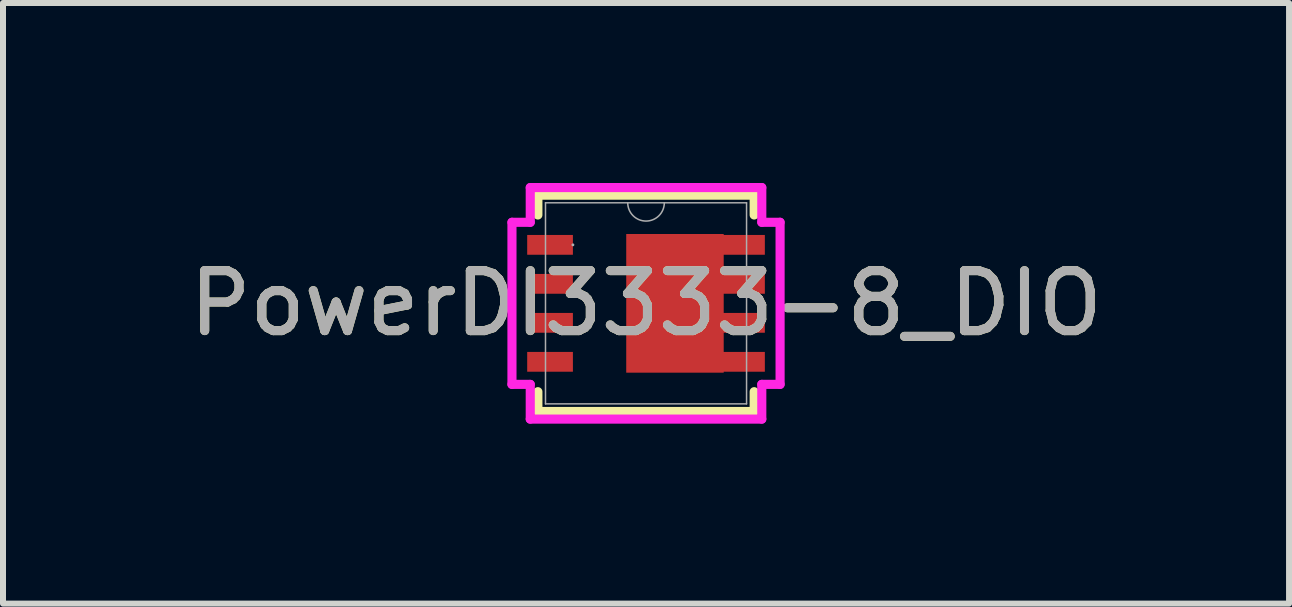
<source format=kicad_pcb>
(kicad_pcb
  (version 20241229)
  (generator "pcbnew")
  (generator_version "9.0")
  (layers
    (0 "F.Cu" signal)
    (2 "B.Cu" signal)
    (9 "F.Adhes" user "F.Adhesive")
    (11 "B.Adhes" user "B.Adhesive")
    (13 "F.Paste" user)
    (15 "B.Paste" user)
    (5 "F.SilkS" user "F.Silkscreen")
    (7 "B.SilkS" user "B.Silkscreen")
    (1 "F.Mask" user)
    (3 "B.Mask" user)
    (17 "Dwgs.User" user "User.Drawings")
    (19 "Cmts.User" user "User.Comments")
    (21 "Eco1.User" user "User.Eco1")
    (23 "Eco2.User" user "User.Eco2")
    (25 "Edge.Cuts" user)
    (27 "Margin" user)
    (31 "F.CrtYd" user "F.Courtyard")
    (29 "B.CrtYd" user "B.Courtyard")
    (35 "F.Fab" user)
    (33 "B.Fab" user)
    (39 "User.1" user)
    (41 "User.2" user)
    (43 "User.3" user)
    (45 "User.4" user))
  (footprint "PowerDI3333-8_DIO"
    (layer "F.Cu")
    (at 7.72 2.007)
    (property "Reference" "PowerDI3333-8_DIO" (at 0 0 0) (unlocked yes) (layer "F.SilkS") (effects (font (size 1 1) (thickness 0.15))))
    (attr smd)
    (fp_poly (pts (xy 1.295 -1.156) (xy -0.33 -1.156) (xy -0.33 1.156) (xy 1.295 1.156)) (stroke (width 0) (type solid)) (fill yes) (layer "F.Cu"))
    (fp_poly (pts (xy 1.295 -1.156) (xy -0.33 -1.156) (xy -0.33 1.156) (xy 1.295 1.156)) (stroke (width 0) (type solid)) (fill yes) (layer "F.Mask"))
    (fp_line (start -1.803 -1.803) (end -1.803 -1.473) (stroke (width 0.152) (type solid)) (layer "F.SilkS"))
    (fp_line (start -1.803 1.473) (end -1.803 1.803) (stroke (width 0.152) (type solid)) (layer "F.SilkS"))
    (fp_line (start -1.803 1.803) (end 1.803 1.803) (stroke (width 0.152) (type solid)) (layer "F.SilkS"))
    (fp_line (start 1.803 -1.803) (end -1.803 -1.803) (stroke (width 0.152) (type solid)) (layer "F.SilkS"))
    (fp_line (start 1.803 -1.473) (end 1.803 -1.803) (stroke (width 0.152) (type solid)) (layer "F.SilkS"))
    (fp_line (start 1.803 1.803) (end 1.803 1.473) (stroke (width 0.152) (type solid)) (layer "F.SilkS"))
    (fp_poly (pts (xy 1.295 -1.156) (xy -0.33 -1.156) (xy -0.33 1.156) (xy 1.295 1.156)) (stroke (width 0) (type solid)) (fill yes) (layer "F.Paste"))
    (fp_line (start -2.235 -1.351) (end -1.93 -1.351) (stroke (width 0.152) (type solid)) (layer "F.CrtYd"))
    (fp_line (start -2.235 1.351) (end -2.235 -1.351) (stroke (width 0.152) (type solid)) (layer "F.CrtYd"))
    (fp_line (start -2.235 1.351) (end -1.93 1.351) (stroke (width 0.152) (type solid)) (layer "F.CrtYd"))
    (fp_line (start -1.93 -1.93) (end 1.93 -1.93) (stroke (width 0.152) (type solid)) (layer "F.CrtYd"))
    (fp_line (start -1.93 -1.351) (end -1.93 -1.93) (stroke (width 0.152) (type solid)) (layer "F.CrtYd"))
    (fp_line (start -1.93 1.93) (end -1.93 1.351) (stroke (width 0.152) (type solid)) (layer "F.CrtYd"))
    (fp_line (start 1.93 -1.93) (end 1.93 -1.351) (stroke (width 0.152) (type solid)) (layer "F.CrtYd"))
    (fp_line (start 1.93 1.351) (end 1.93 1.93) (stroke (width 0.152) (type solid)) (layer "F.CrtYd"))
    (fp_line (start 1.93 1.93) (end -1.93 1.93) (stroke (width 0.152) (type solid)) (layer "F.CrtYd"))
    (fp_line (start 2.235 -1.351) (end 1.93 -1.351) (stroke (width 0.152) (type solid)) (layer "F.CrtYd"))
    (fp_line (start 2.235 -1.351) (end 2.235 1.351) (stroke (width 0.152) (type solid)) (layer "F.CrtYd"))
    (fp_line (start 2.235 1.351) (end 1.93 1.351) (stroke (width 0.152) (type solid)) (layer "F.CrtYd"))
    (fp_line (start -1.676 -1.676) (end -1.676 1.676) (stroke (width 0.025) (type solid)) (layer "F.Fab"))
    (fp_line (start -1.676 1.676) (end 1.676 1.676) (stroke (width 0.025) (type solid)) (layer "F.Fab"))
    (fp_line (start 1.676 -1.676) (end -1.676 -1.676) (stroke (width 0.025) (type solid)) (layer "F.Fab"))
    (fp_line (start 1.676 1.676) (end 1.676 -1.676) (stroke (width 0.025) (type solid)) (layer "F.Fab"))
    (fp_arc (start 0.3048 -1.6764) (mid 0 -1.3716) (end -0.3048 -1.6764) (stroke (width 0.0254) (type solid)) (layer "F.Fab"))
    (fp_circle (center -1.219 -0.975) (end -1.219 -0.975) (stroke (width 0.025) (type solid)) (fill no) (layer "F.Fab"))
    (fp_text user "${REFERENCE}" (at 0 0 0) (unlocked yes) (layer "F.Fab") (effects (font (size 1 1) (thickness 0.15))))
    (pad "1" smd rect (at -1.6 -0.975) (size 0.762 0.33) (layers "F.Cu" "F.Mask" "F.Paste"))
    (pad "2" smd rect (at -1.6 -0.325) (size 0.762 0.33) (layers "F.Cu" "F.Mask" "F.Paste"))
    (pad "3" smd rect (at -1.6 0.325) (size 0.762 0.33) (layers "F.Cu" "F.Mask" "F.Paste"))
    (pad "4" smd rect (at -1.6 0.975) (size 0.762 0.33) (layers "F.Cu" "F.Mask" "F.Paste"))
    (pad "5" smd rect (at 1.6 0.975) (size 0.762 0.33) (layers "F.Cu" "F.Mask" "F.Paste"))
    (pad "6" smd rect (at 1.6 0.325) (size 0.762 0.33) (layers "F.Cu" "F.Mask" "F.Paste"))
    (pad "7" smd rect (at 1.6 -0.325) (size 0.762 0.33) (layers "F.Cu" "F.Mask" "F.Paste"))
    (pad "8" smd rect (at 1.6 -0.975) (size 0.762 0.33) (layers "F.Cu" "F.Mask" "F.Paste")))
  (gr_rect
    (start -3 -3)
    (end 18.44 7.013)
    (stroke (width 0.1) (type default))
    (fill no)
    (layer "Edge.Cuts")))
</source>
